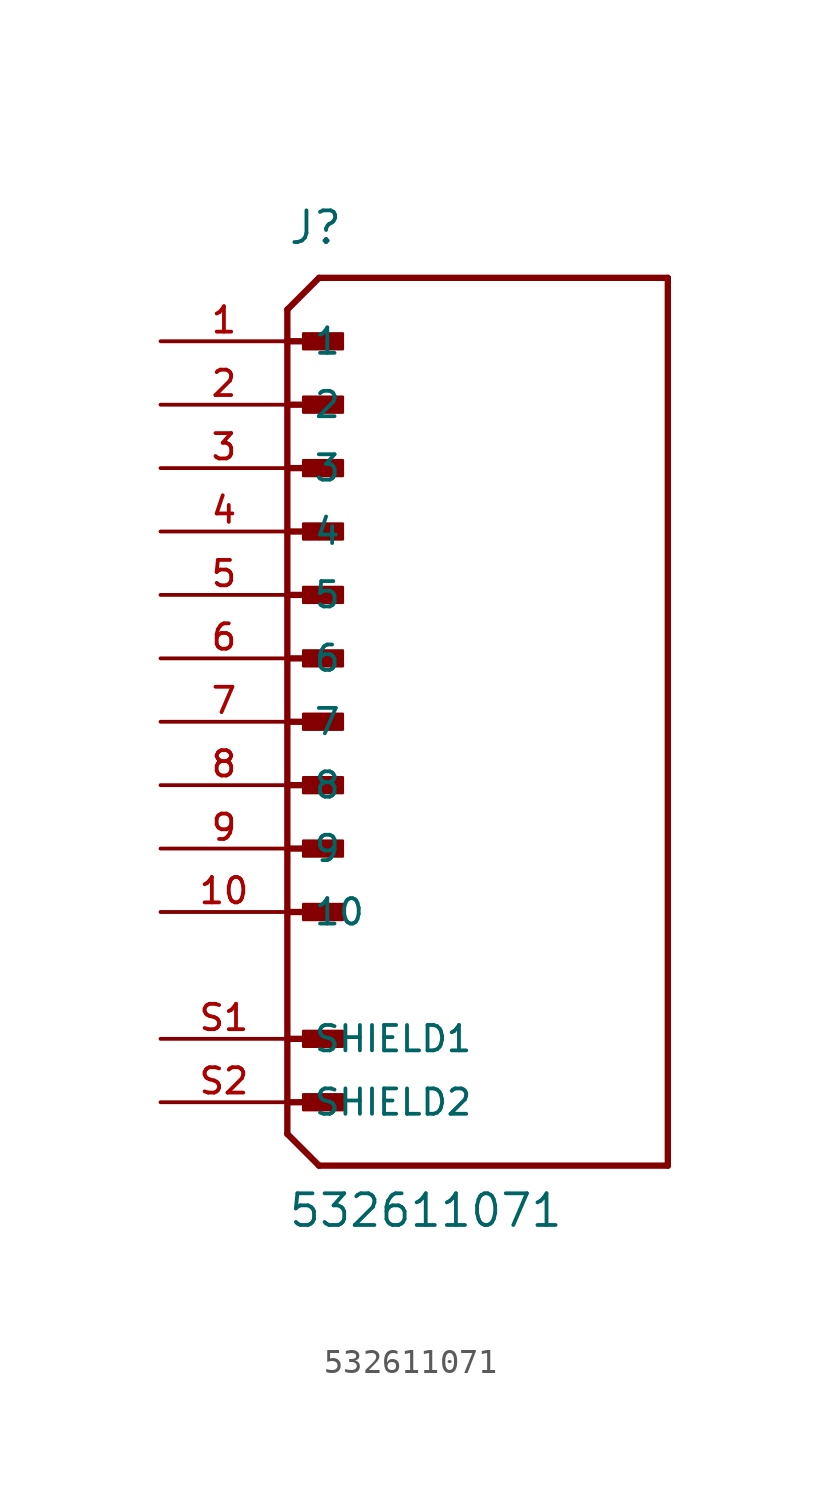
<source format=kicad_sym>
(kicad_symbol_lib
  (version 20211014)
  (generator kicad_symbol_editor)
  (symbol "532611071"
    (pin_names
      (offset 1.016))
    (property "Reference" "J"
      (at -7.62 19.05 0)
      (effects (font (size 1.27 1.27)) (justify bottom left)))
    (property "Value" "532611071"
      (at -7.62 -20.32 0)
      (effects (font (size 1.27 1.27)) (justify bottom left)))
    (symbol "532611071_0_0"
      (polyline (pts (xy -7.62 16.51) (xy -6.35 17.78)) (stroke (width 0.254)))
      (polyline (pts (xy -7.62 16.51) (xy -7.62 -16.51)) (stroke (width 0.254)))
      (polyline (pts (xy -7.62 -16.51) (xy -6.35 -17.78)) (stroke (width 0.254)))
      (polyline (pts (xy -6.35 -17.78) (xy 7.62 -17.78)) (stroke (width 0.254)))
      (polyline (pts (xy 7.62 -17.78) (xy 7.62 17.78)) (stroke (width 0.254)))
      (polyline (pts (xy 7.62 17.78) (xy -6.35 17.78)) (stroke (width 0.254)))
      (rectangle (start -6.985 14.922) (end -5.397 15.557) (stroke (width 0.1)) (fill (type outline)))
      (polyline (pts (xy -7.62 12.7) (xy -5.715 12.7)) (stroke (width 0.254)))
      (rectangle (start -6.985 12.383) (end -5.397 13.018) (stroke (width 0.1)) (fill (type outline)))
      (polyline (pts (xy -7.62 10.16) (xy -5.715 10.16)) (stroke (width 0.254)))
      (rectangle (start -6.985 9.842) (end -5.397 10.477) (stroke (width 0.1)) (fill (type outline)))
      (polyline (pts (xy -7.62 7.62) (xy -5.715 7.62)) (stroke (width 0.254)))
      (rectangle (start -6.985 7.303) (end -5.397 7.938) (stroke (width 0.1)) (fill (type outline)))
      (polyline (pts (xy -7.62 5.08) (xy -5.715 5.08)) (stroke (width 0.254)))
      (rectangle (start -6.985 4.763) (end -5.397 5.397) (stroke (width 0.1)) (fill (type outline)))
      (polyline (pts (xy -7.62 2.54) (xy -5.715 2.54)) (stroke (width 0.254)))
      (rectangle (start -6.985 2.223) (end -5.397 2.857) (stroke (width 0.1)) (fill (type outline)))
      (polyline (pts (xy -7.62 0.0) (xy -5.715 0.0)) (stroke (width 0.254)))
      (rectangle (start -6.985 -0.318) (end -5.397 0.318) (stroke (width 0.1)) (fill (type outline)))
      (polyline (pts (xy -7.62 -2.54) (xy -5.715 -2.54)) (stroke (width 0.254)))
      (rectangle (start -6.985 -2.857) (end -5.397 -2.223) (stroke (width 0.1)) (fill (type outline)))
      (polyline (pts (xy -7.62 -5.08) (xy -5.715 -5.08)) (stroke (width 0.254)))
      (rectangle (start -6.985 -5.397) (end -5.397 -4.763) (stroke (width 0.1)) (fill (type outline)))
      (polyline (pts (xy -7.62 -7.62) (xy -5.715 -7.62)) (stroke (width 0.254)))
      (rectangle (start -6.985 -7.938) (end -5.397 -7.303) (stroke (width 0.1)) (fill (type outline)))
      (polyline (pts (xy -7.62 15.24) (xy -5.715 15.24)) (stroke (width 0.254)))
      (polyline (pts (xy -7.62 -12.7) (xy -5.715 -12.7)) (stroke (width 0.254)))
      (rectangle (start -6.985 -13.018) (end -5.397 -12.383) (stroke (width 0.1)) (fill (type outline)))
      (polyline (pts (xy -7.62 -15.24) (xy -5.715 -15.24)) (stroke (width 0.254)))
      (rectangle (start -6.985 -15.557) (end -5.397 -14.922) (stroke (width 0.1)) (fill (type outline)))
      (pin passive line (at -12.7 15.24 0) (length 5.08) (name "1" (effects (font (size 1.016 1.016)))) (number "1" (effects (font (size 1.016 1.016)))))
      (pin passive line (at -12.7 12.7 0) (length 5.08) (name "2" (effects (font (size 1.016 1.016)))) (number "2" (effects (font (size 1.016 1.016)))))
      (pin passive line (at -12.7 10.16 0) (length 5.08) (name "3" (effects (font (size 1.016 1.016)))) (number "3" (effects (font (size 1.016 1.016)))))
      (pin passive line (at -12.7 7.62 0) (length 5.08) (name "4" (effects (font (size 1.016 1.016)))) (number "4" (effects (font (size 1.016 1.016)))))
      (pin passive line (at -12.7 5.08 0) (length 5.08) (name "5" (effects (font (size 1.016 1.016)))) (number "5" (effects (font (size 1.016 1.016)))))
      (pin passive line (at -12.7 2.54 0) (length 5.08) (name "6" (effects (font (size 1.016 1.016)))) (number "6" (effects (font (size 1.016 1.016)))))
      (pin passive line (at -12.7 0.0 0) (length 5.08) (name "7" (effects (font (size 1.016 1.016)))) (number "7" (effects (font (size 1.016 1.016)))))
      (pin passive line (at -12.7 -2.54 0) (length 5.08) (name "8" (effects (font (size 1.016 1.016)))) (number "8" (effects (font (size 1.016 1.016)))))
      (pin passive line (at -12.7 -5.08 0) (length 5.08) (name "9" (effects (font (size 1.016 1.016)))) (number "9" (effects (font (size 1.016 1.016)))))
      (pin passive line (at -12.7 -7.62 0) (length 5.08) (name "10" (effects (font (size 1.016 1.016)))) (number "10" (effects (font (size 1.016 1.016)))))
      (pin passive line (at -12.7 -12.7 0) (length 5.08) (name "SHIELD1" (effects (font (size 1.016 1.016)))) (number "S1" (effects (font (size 1.016 1.016)))))
      (pin passive line (at -12.7 -15.24 0) (length 5.08) (name "SHIELD2" (effects (font (size 1.016 1.016)))) (number "S2" (effects (font (size 1.016 1.016))))))))
</source>
